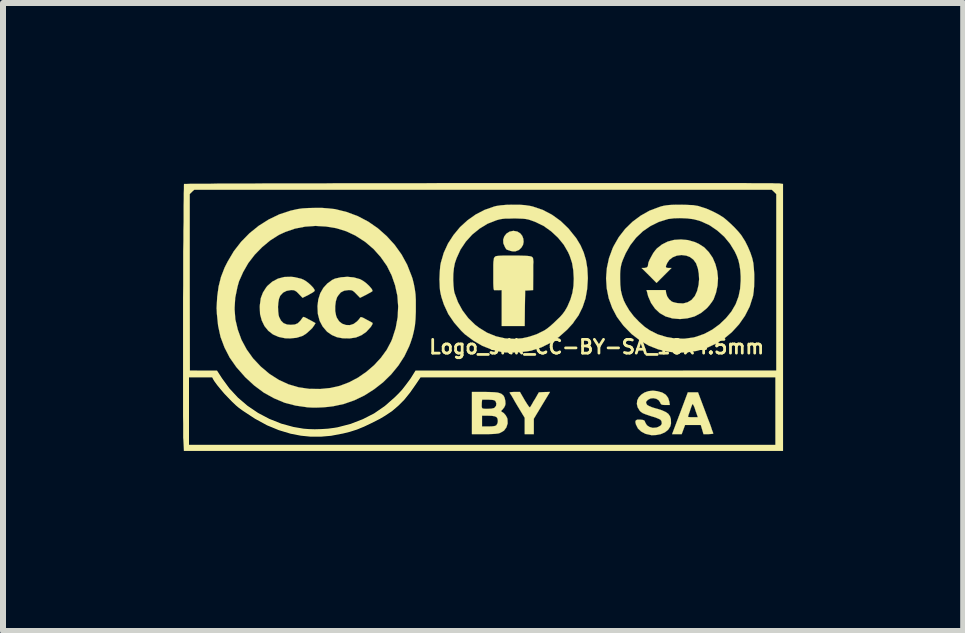
<source format=kicad_pcb>
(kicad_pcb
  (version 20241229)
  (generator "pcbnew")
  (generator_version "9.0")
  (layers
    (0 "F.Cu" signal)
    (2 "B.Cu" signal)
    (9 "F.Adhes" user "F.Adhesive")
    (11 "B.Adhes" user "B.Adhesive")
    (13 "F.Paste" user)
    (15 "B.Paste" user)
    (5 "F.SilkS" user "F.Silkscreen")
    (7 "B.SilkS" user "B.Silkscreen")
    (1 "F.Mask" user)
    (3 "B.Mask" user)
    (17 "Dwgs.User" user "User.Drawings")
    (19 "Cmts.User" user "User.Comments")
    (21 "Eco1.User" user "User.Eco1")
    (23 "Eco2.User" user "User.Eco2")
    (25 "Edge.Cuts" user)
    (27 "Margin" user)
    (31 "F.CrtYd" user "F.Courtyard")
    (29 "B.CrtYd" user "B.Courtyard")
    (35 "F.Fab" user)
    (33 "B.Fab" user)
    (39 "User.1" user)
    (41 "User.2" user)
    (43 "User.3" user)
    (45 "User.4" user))
  (footprint "Logo_silk_CC-BY-SA_10x4.5mm"
    (layer "F.Cu")
    (at 4.991 2.23)
    (property "Reference" "Logo_silk_CC-BY-SA_10x4.5mm" (at 1.9 0.5 0) (layer "F.SilkS") (effects (font (size 0.229 0.229) (thickness 0.046))))
    (attr through_hole)
    (fp_poly (pts (xy 0.683 -1.25) (xy 0.673 -1.199) (xy 0.645 -1.153) (xy 0.605 -1.115) (xy 0.546 -1.092) (xy 0.541 -1.092) (xy 0.505 -1.092) (xy 0.462 -1.1) (xy 0.452 -1.105) (xy 0.419 -1.115) (xy 0.401 -1.123) (xy 0.399 -1.123) (xy 0.391 -1.133) (xy 0.376 -1.156) (xy 0.371 -1.166) (xy 0.345 -1.227) (xy 0.343 -1.288) (xy 0.361 -1.341) (xy 0.396 -1.387) (xy 0.447 -1.42) (xy 0.508 -1.433) (xy 0.518 -1.433) (xy 0.579 -1.422) (xy 0.627 -1.392) (xy 0.66 -1.351) (xy 0.678 -1.303) (xy 0.683 -1.25)) (stroke (width 0.003) (type solid)) (fill yes) (layer "F.SilkS"))
    (fp_poly (pts (xy 1.123 1.25) (xy 0.988 1.473) (xy 0.853 1.697) (xy 0.853 1.824) (xy 0.853 1.953) (xy 0.777 1.953) (xy 0.701 1.953) (xy 0.701 1.819) (xy 0.701 1.681) (xy 0.577 1.476) (xy 0.538 1.41) (xy 0.505 1.351) (xy 0.478 1.306) (xy 0.457 1.275) (xy 0.45 1.26) (xy 0.46 1.255) (xy 0.488 1.252) (xy 0.528 1.25) (xy 0.533 1.25) (xy 0.622 1.25) (xy 0.701 1.387) (xy 0.739 1.448) (xy 0.765 1.486) (xy 0.782 1.506) (xy 0.792 1.504) (xy 0.803 1.486) (xy 0.823 1.453) (xy 0.848 1.407) (xy 0.871 1.372) (xy 0.937 1.257) (xy 1.029 1.252) (xy 1.123 1.25)) (stroke (width 0.003) (type solid)) (fill yes) (layer "F.SilkS"))
    (fp_poly (pts (xy 3.843 1.943) (xy 3.833 1.948) (xy 3.8 1.951) (xy 3.762 1.953) (xy 3.68 1.953) (xy 3.658 1.877) (xy 3.635 1.801) (xy 3.586 1.801) (xy 3.586 1.671) (xy 3.546 1.557) (xy 3.531 1.509) (xy 3.513 1.471) (xy 3.503 1.453) (xy 3.5 1.45) (xy 3.49 1.466) (xy 3.477 1.499) (xy 3.462 1.542) (xy 3.447 1.587) (xy 3.432 1.628) (xy 3.424 1.656) (xy 3.421 1.664) (xy 3.434 1.669) (xy 3.465 1.671) (xy 3.503 1.671) (xy 3.586 1.671) (xy 3.586 1.801) (xy 3.503 1.801) (xy 3.373 1.801) (xy 3.345 1.877) (xy 3.317 1.953) (xy 3.236 1.953) (xy 3.157 1.953) (xy 3.289 1.605) (xy 3.419 1.257) (xy 3.505 1.257) (xy 3.589 1.257) (xy 3.716 1.595) (xy 3.749 1.684) (xy 3.78 1.763) (xy 3.805 1.831) (xy 3.823 1.887) (xy 3.838 1.925) (xy 3.843 1.943)) (stroke (width 0.003) (type solid)) (fill yes) (layer "F.SilkS"))
    (fp_poly (pts (xy 0.846 -0.907) (xy 0.843 -0.866) (xy 0.843 -0.81) (xy 0.843 -0.742) (xy 0.843 -0.676) (xy 0.841 -0.447) (xy 0.775 -0.442) (xy 0.709 -0.439) (xy 0.704 -0.142) (xy 0.701 0.152) (xy 0.511 0.152) (xy 0.318 0.152) (xy 0.318 -0.147) (xy 0.318 -0.447) (xy 0.264 -0.445) (xy 0.226 -0.445) (xy 0.198 -0.445) (xy 0.193 -0.445) (xy 0.188 -0.452) (xy 0.183 -0.472) (xy 0.18 -0.508) (xy 0.178 -0.564) (xy 0.178 -0.64) (xy 0.178 -0.706) (xy 0.178 -0.795) (xy 0.178 -0.866) (xy 0.18 -0.917) (xy 0.185 -0.95) (xy 0.188 -0.975) (xy 0.196 -0.991) (xy 0.198 -0.993) (xy 0.206 -1.001) (xy 0.213 -1.008) (xy 0.229 -1.013) (xy 0.251 -1.016) (xy 0.284 -1.019) (xy 0.335 -1.021) (xy 0.404 -1.021) (xy 0.495 -1.021) (xy 0.511 -1.021) (xy 0.61 -1.021) (xy 0.688 -1.019) (xy 0.747 -1.016) (xy 0.79 -1.011) (xy 0.818 -1.003) (xy 0.833 -0.991) (xy 0.841 -0.973) (xy 0.843 -0.95) (xy 0.846 -0.925) (xy 0.846 -0.907)) (stroke (width 0.003) (type solid)) (fill yes) (layer "F.SilkS"))
    (fp_poly (pts (xy -2.784 0.104) (xy -2.807 0.142) (xy -2.84 0.188) (xy -2.891 0.236) (xy -2.944 0.282) (xy -2.997 0.315) (xy -3.01 0.32) (xy -3.101 0.348) (xy -3.208 0.358) (xy -3.289 0.356) (xy -3.399 0.333) (xy -3.493 0.292) (xy -3.571 0.231) (xy -3.635 0.152) (xy -3.68 0.058) (xy -3.708 -0.046) (xy -3.713 -0.168) (xy -3.711 -0.201) (xy -3.696 -0.312) (xy -3.66 -0.406) (xy -3.607 -0.49) (xy -3.586 -0.516) (xy -3.505 -0.587) (xy -3.409 -0.638) (xy -3.305 -0.665) (xy -3.19 -0.668) (xy -3.139 -0.663) (xy -3.081 -0.65) (xy -3.02 -0.635) (xy -2.979 -0.617) (xy -2.941 -0.594) (xy -2.898 -0.561) (xy -2.857 -0.523) (xy -2.824 -0.488) (xy -2.802 -0.455) (xy -2.797 -0.439) (xy -2.807 -0.424) (xy -2.835 -0.404) (xy -2.878 -0.381) (xy -2.898 -0.368) (xy -3 -0.318) (xy -3.061 -0.381) (xy -3.096 -0.417) (xy -3.122 -0.434) (xy -3.145 -0.445) (xy -3.178 -0.447) (xy -3.195 -0.447) (xy -3.266 -0.434) (xy -3.325 -0.404) (xy -3.373 -0.351) (xy -3.376 -0.343) (xy -3.393 -0.3) (xy -3.404 -0.236) (xy -3.409 -0.168) (xy -3.406 -0.094) (xy -3.399 -0.03) (xy -3.391 0) (xy -3.36 0.061) (xy -3.317 0.104) (xy -3.259 0.127) (xy -3.198 0.132) (xy -3.129 0.127) (xy -3.081 0.107) (xy -3.038 0.066) (xy -3.02 0.041) (xy -3 0.013) (xy -2.985 0) (xy -2.969 0.005) (xy -2.936 0.02) (xy -2.896 0.043) (xy -2.878 0.051) (xy -2.784 0.104)) (stroke (width 0.003) (type solid)) (fill yes) (layer "F.SilkS"))
    (fp_poly (pts (xy -1.834 0.102) (xy -1.834 0.117) (xy -1.849 0.145) (xy -1.864 0.168) (xy -1.938 0.249) (xy -2.019 0.305) (xy -2.111 0.343) (xy -2.215 0.358) (xy -2.332 0.356) (xy -2.428 0.338) (xy -2.512 0.302) (xy -2.588 0.249) (xy -2.601 0.236) (xy -2.667 0.157) (xy -2.715 0.066) (xy -2.743 -0.041) (xy -2.746 -0.061) (xy -2.751 -0.18) (xy -2.738 -0.29) (xy -2.705 -0.394) (xy -2.654 -0.483) (xy -2.588 -0.556) (xy -2.507 -0.615) (xy -2.459 -0.638) (xy -2.36 -0.66) (xy -2.253 -0.668) (xy -2.146 -0.658) (xy -2.047 -0.63) (xy -2.035 -0.625) (xy -1.989 -0.599) (xy -1.938 -0.561) (xy -1.892 -0.518) (xy -1.857 -0.478) (xy -1.844 -0.46) (xy -1.836 -0.442) (xy -1.836 -0.429) (xy -1.849 -0.419) (xy -1.875 -0.404) (xy -1.918 -0.381) (xy -1.935 -0.371) (xy -2.042 -0.318) (xy -2.103 -0.381) (xy -2.139 -0.417) (xy -2.162 -0.434) (xy -2.187 -0.445) (xy -2.22 -0.447) (xy -2.235 -0.447) (xy -2.306 -0.437) (xy -2.362 -0.409) (xy -2.405 -0.358) (xy -2.426 -0.325) (xy -2.446 -0.259) (xy -2.456 -0.18) (xy -2.456 -0.097) (xy -2.441 -0.02) (xy -2.428 0.015) (xy -2.39 0.074) (xy -2.339 0.114) (xy -2.278 0.135) (xy -2.212 0.137) (xy -2.149 0.117) (xy -2.093 0.076) (xy -2.065 0.046) (xy -2.045 0.02) (xy -2.04 0.01) (xy -2.032 0.005) (xy -2.014 0.005) (xy -1.984 0.018) (xy -1.938 0.043) (xy -1.895 0.066) (xy -1.857 0.086) (xy -1.836 0.099) (xy -1.834 0.102)) (stroke (width 0.003) (type solid)) (fill yes) (layer "F.SilkS"))
    (fp_poly (pts (xy 0.417 1.775) (xy 0.396 1.841) (xy 0.356 1.895) (xy 0.3 1.928) (xy 0.277 1.938) (xy 0.254 1.943) (xy 0.254 1.735) (xy 0.249 1.697) (xy 0.234 1.671) (xy 0.229 1.669) (xy 0.229 1.443) (xy 0.216 1.407) (xy 0.208 1.397) (xy 0.188 1.387) (xy 0.155 1.382) (xy 0.099 1.379) (xy 0.089 1.379) (xy -0.008 1.379) (xy -0.013 1.42) (xy -0.015 1.46) (xy -0.015 1.496) (xy -0.01 1.514) (xy -0.003 1.524) (xy 0.013 1.529) (xy 0.048 1.532) (xy 0.079 1.532) (xy 0.145 1.529) (xy 0.188 1.519) (xy 0.201 1.511) (xy 0.224 1.481) (xy 0.229 1.443) (xy 0.229 1.669) (xy 0.203 1.656) (xy 0.152 1.648) (xy 0.091 1.646) (xy -0.01 1.646) (xy -0.01 1.735) (xy -0.01 1.826) (xy 0.097 1.826) (xy 0.157 1.824) (xy 0.196 1.819) (xy 0.221 1.811) (xy 0.231 1.803) (xy 0.249 1.77) (xy 0.254 1.735) (xy 0.254 1.943) (xy 0.249 1.943) (xy 0.213 1.948) (xy 0.163 1.951) (xy 0.097 1.953) (xy 0.033 1.953) (xy -0.178 1.953) (xy -0.178 1.603) (xy -0.178 1.25) (xy 0.03 1.25) (xy 0.124 1.252) (xy 0.193 1.255) (xy 0.246 1.26) (xy 0.284 1.27) (xy 0.315 1.283) (xy 0.338 1.303) (xy 0.348 1.311) (xy 0.366 1.346) (xy 0.378 1.397) (xy 0.381 1.448) (xy 0.376 1.473) (xy 0.361 1.506) (xy 0.335 1.539) (xy 0.333 1.542) (xy 0.312 1.562) (xy 0.31 1.575) (xy 0.318 1.58) (xy 0.353 1.603) (xy 0.386 1.641) (xy 0.409 1.684) (xy 0.414 1.702) (xy 0.417 1.775)) (stroke (width 0.003) (type solid)) (fill yes) (layer "F.SilkS"))
    (fp_poly (pts (xy 3.139 1.775) (xy 3.127 1.824) (xy 3.099 1.869) (xy 3.089 1.882) (xy 3.038 1.923) (xy 2.969 1.953) (xy 2.891 1.968) (xy 2.812 1.971) (xy 2.802 1.968) (xy 2.713 1.948) (xy 2.642 1.91) (xy 2.588 1.859) (xy 2.555 1.793) (xy 2.553 1.786) (xy 2.545 1.748) (xy 2.553 1.725) (xy 2.576 1.712) (xy 2.619 1.712) (xy 2.629 1.712) (xy 2.67 1.717) (xy 2.692 1.725) (xy 2.703 1.74) (xy 2.71 1.76) (xy 2.738 1.806) (xy 2.781 1.834) (xy 2.835 1.849) (xy 2.896 1.844) (xy 2.931 1.831) (xy 2.969 1.808) (xy 2.985 1.781) (xy 2.982 1.745) (xy 2.974 1.727) (xy 2.957 1.709) (xy 2.924 1.694) (xy 2.875 1.674) (xy 2.807 1.654) (xy 2.769 1.641) (xy 2.71 1.621) (xy 2.667 1.603) (xy 2.637 1.582) (xy 2.619 1.565) (xy 2.583 1.506) (xy 2.57 1.45) (xy 2.576 1.392) (xy 2.601 1.341) (xy 2.644 1.295) (xy 2.697 1.26) (xy 2.764 1.237) (xy 2.837 1.229) (xy 2.908 1.237) (xy 2.992 1.26) (xy 3.053 1.298) (xy 3.091 1.349) (xy 3.111 1.412) (xy 3.111 1.415) (xy 3.119 1.468) (xy 3.045 1.468) (xy 3.005 1.466) (xy 2.982 1.46) (xy 2.969 1.45) (xy 2.959 1.427) (xy 2.934 1.389) (xy 2.893 1.364) (xy 2.845 1.354) (xy 2.797 1.359) (xy 2.753 1.382) (xy 2.751 1.384) (xy 2.725 1.412) (xy 2.723 1.433) (xy 2.736 1.458) (xy 2.741 1.466) (xy 2.769 1.483) (xy 2.822 1.506) (xy 2.898 1.529) (xy 2.903 1.529) (xy 2.99 1.557) (xy 3.051 1.585) (xy 3.094 1.615) (xy 3.122 1.656) (xy 3.137 1.704) (xy 3.137 1.714) (xy 3.139 1.775)) (stroke (width 0.003) (type solid)) (fill yes) (layer "F.SilkS"))
    (fp_poly (pts (xy 3.922 -0.645) (xy 3.914 -0.523) (xy 3.889 -0.404) (xy 3.848 -0.292) (xy 3.82 -0.249) (xy 3.782 -0.198) (xy 3.741 -0.15) (xy 3.736 -0.145) (xy 3.64 -0.066) (xy 3.531 -0.008) (xy 3.414 0.023) (xy 3.289 0.036) (xy 3.162 0.025) (xy 3.155 0.023) (xy 3.048 -0.008) (xy 2.951 -0.064) (xy 2.873 -0.137) (xy 2.807 -0.231) (xy 2.758 -0.343) (xy 2.741 -0.411) (xy 2.731 -0.447) (xy 2.891 -0.447) (xy 3.051 -0.447) (xy 3.058 -0.394) (xy 3.076 -0.34) (xy 3.109 -0.292) (xy 3.15 -0.257) (xy 3.155 -0.254) (xy 3.183 -0.244) (xy 3.223 -0.234) (xy 3.254 -0.229) (xy 3.34 -0.224) (xy 3.416 -0.244) (xy 3.482 -0.284) (xy 3.536 -0.348) (xy 3.574 -0.432) (xy 3.599 -0.536) (xy 3.607 -0.627) (xy 3.602 -0.721) (xy 3.586 -0.81) (xy 3.559 -0.886) (xy 3.556 -0.894) (xy 3.513 -0.953) (xy 3.454 -0.998) (xy 3.393 -1.021) (xy 3.315 -1.031) (xy 3.236 -1.021) (xy 3.167 -0.993) (xy 3.111 -0.95) (xy 3.078 -0.902) (xy 3.058 -0.859) (xy 3.053 -0.833) (xy 3.063 -0.82) (xy 3.089 -0.815) (xy 3.099 -0.815) (xy 3.147 -0.815) (xy 3.023 -0.691) (xy 2.898 -0.566) (xy 2.774 -0.691) (xy 2.649 -0.815) (xy 2.695 -0.815) (xy 2.733 -0.823) (xy 2.753 -0.843) (xy 2.758 -0.879) (xy 2.764 -0.909) (xy 2.784 -0.955) (xy 2.812 -1.008) (xy 2.842 -1.062) (xy 2.875 -1.107) (xy 2.903 -1.14) (xy 2.987 -1.206) (xy 3.084 -1.255) (xy 3.19 -1.283) (xy 3.305 -1.29) (xy 3.421 -1.28) (xy 3.536 -1.247) (xy 3.602 -1.217) (xy 3.693 -1.158) (xy 3.769 -1.079) (xy 3.833 -0.986) (xy 3.879 -0.879) (xy 3.909 -0.765) (xy 3.922 -0.645)) (stroke (width 0.003) (type solid)) (fill yes) (layer "F.SilkS"))
    (fp_poly (pts (xy -1.113 -0.175) (xy -1.113 -0.084) (xy -1.118 0.038) (xy -1.128 0.145) (xy -1.146 0.239) (xy -1.168 0.33) (xy -1.199 0.424) (xy -1.224 0.49) (xy -1.303 0.655) (xy -1.405 0.813) (xy -1.407 0.815) (xy -1.407 -0.175) (xy -1.42 -0.353) (xy -1.458 -0.526) (xy -1.516 -0.693) (xy -1.595 -0.851) (xy -1.697 -0.996) (xy -1.816 -1.13) (xy -1.956 -1.25) (xy -2.113 -1.351) (xy -2.121 -1.356) (xy -2.273 -1.427) (xy -2.438 -1.478) (xy -2.609 -1.506) (xy -2.784 -1.516) (xy -2.957 -1.504) (xy -3.127 -1.471) (xy -3.289 -1.415) (xy -3.393 -1.367) (xy -3.538 -1.275) (xy -3.673 -1.163) (xy -3.797 -1.036) (xy -3.904 -0.897) (xy -3.99 -0.747) (xy -4.059 -0.592) (xy -4.084 -0.503) (xy -4.122 -0.318) (xy -4.133 -0.137) (xy -4.12 0.041) (xy -4.079 0.213) (xy -4.018 0.381) (xy -3.932 0.541) (xy -3.825 0.691) (xy -3.696 0.828) (xy -3.551 0.95) (xy -3.396 1.049) (xy -3.236 1.123) (xy -3.066 1.173) (xy -2.888 1.199) (xy -2.703 1.201) (xy -2.535 1.184) (xy -2.377 1.148) (xy -2.225 1.09) (xy -2.075 1.011) (xy -1.935 0.914) (xy -1.808 0.805) (xy -1.694 0.681) (xy -1.598 0.549) (xy -1.524 0.409) (xy -1.506 0.366) (xy -1.448 0.185) (xy -1.415 0.003) (xy -1.407 -0.175) (xy -1.407 0.815) (xy -1.524 0.958) (xy -1.659 1.09) (xy -1.808 1.206) (xy -1.968 1.308) (xy -2.136 1.389) (xy -2.311 1.45) (xy -2.487 1.488) (xy -2.573 1.499) (xy -2.654 1.506) (xy -2.718 1.509) (xy -2.771 1.511) (xy -2.822 1.511) (xy -2.873 1.509) (xy -2.918 1.506) (xy -3.114 1.478) (xy -3.299 1.43) (xy -3.475 1.356) (xy -3.645 1.262) (xy -3.805 1.143) (xy -3.962 0.998) (xy -3.965 0.993) (xy -4.102 0.838) (xy -4.214 0.678) (xy -4.3 0.511) (xy -4.366 0.335) (xy -4.407 0.147) (xy -4.427 -0.048) (xy -4.432 -0.152) (xy -4.422 -0.335) (xy -4.399 -0.505) (xy -4.359 -0.665) (xy -4.298 -0.823) (xy -4.249 -0.919) (xy -4.145 -1.095) (xy -4.023 -1.252) (xy -3.884 -1.394) (xy -3.729 -1.519) (xy -3.564 -1.623) (xy -3.386 -1.709) (xy -3.2 -1.77) (xy -3.084 -1.796) (xy -3 -1.808) (xy -2.898 -1.814) (xy -2.786 -1.816) (xy -2.675 -1.816) (xy -2.57 -1.808) (xy -2.479 -1.798) (xy -2.459 -1.796) (xy -2.266 -1.748) (xy -2.08 -1.679) (xy -1.905 -1.587) (xy -1.745 -1.476) (xy -1.598 -1.346) (xy -1.466 -1.201) (xy -1.351 -1.041) (xy -1.257 -0.869) (xy -1.184 -0.683) (xy -1.168 -0.638) (xy -1.146 -0.549) (xy -1.13 -0.465) (xy -1.118 -0.378) (xy -1.113 -0.284) (xy -1.113 -0.175)) (stroke (width 0.003) (type solid)) (fill yes) (layer "F.SilkS"))
    (fp_poly (pts (xy 1.753 -0.638) (xy 1.742 -0.465) (xy 1.714 -0.307) (xy 1.666 -0.163) (xy 1.598 -0.025) (xy 1.519 0.084) (xy 1.519 -0.638) (xy 1.511 -0.775) (xy 1.491 -0.897) (xy 1.453 -1.013) (xy 1.425 -1.077) (xy 1.351 -1.204) (xy 1.255 -1.321) (xy 1.143 -1.425) (xy 1.019 -1.514) (xy 0.884 -1.58) (xy 0.803 -1.61) (xy 0.762 -1.623) (xy 0.721 -1.631) (xy 0.676 -1.636) (xy 0.622 -1.638) (xy 0.551 -1.641) (xy 0.516 -1.641) (xy 0.437 -1.638) (xy 0.376 -1.638) (xy 0.328 -1.633) (xy 0.287 -1.626) (xy 0.246 -1.615) (xy 0.229 -1.61) (xy 0.081 -1.552) (xy -0.051 -1.471) (xy -0.173 -1.372) (xy -0.279 -1.255) (xy -0.368 -1.123) (xy -0.434 -0.978) (xy -0.462 -0.897) (xy -0.478 -0.815) (xy -0.488 -0.719) (xy -0.49 -0.617) (xy -0.485 -0.518) (xy -0.475 -0.429) (xy -0.467 -0.396) (xy -0.411 -0.246) (xy -0.335 -0.107) (xy -0.239 0.02) (xy -0.124 0.132) (xy -0.056 0.183) (xy 0.076 0.264) (xy 0.221 0.323) (xy 0.373 0.358) (xy 0.531 0.366) (xy 0.66 0.356) (xy 0.777 0.33) (xy 0.897 0.29) (xy 1.008 0.236) (xy 1.036 0.221) (xy 1.077 0.193) (xy 1.128 0.152) (xy 1.184 0.102) (xy 1.237 0.051) (xy 1.295 -0.005) (xy 1.339 -0.056) (xy 1.372 -0.102) (xy 1.4 -0.15) (xy 1.415 -0.178) (xy 1.463 -0.29) (xy 1.496 -0.401) (xy 1.514 -0.516) (xy 1.519 -0.638) (xy 1.519 0.084) (xy 1.509 0.102) (xy 1.41 0.211) (xy 1.273 0.333) (xy 1.13 0.432) (xy 0.978 0.508) (xy 0.818 0.559) (xy 0.815 0.561) (xy 0.739 0.574) (xy 0.65 0.584) (xy 0.554 0.592) (xy 0.46 0.594) (xy 0.378 0.592) (xy 0.325 0.587) (xy 0.157 0.546) (xy -0.003 0.483) (xy -0.152 0.396) (xy -0.295 0.29) (xy -0.356 0.231) (xy -0.475 0.094) (xy -0.572 -0.048) (xy -0.645 -0.206) (xy -0.686 -0.33) (xy -0.699 -0.386) (xy -0.709 -0.439) (xy -0.714 -0.493) (xy -0.716 -0.556) (xy -0.719 -0.63) (xy -0.714 -0.749) (xy -0.706 -0.846) (xy -0.696 -0.902) (xy -0.648 -1.067) (xy -0.577 -1.222) (xy -0.485 -1.364) (xy -0.376 -1.496) (xy -0.251 -1.61) (xy -0.114 -1.707) (xy 0.033 -1.783) (xy 0.193 -1.839) (xy 0.224 -1.847) (xy 0.302 -1.859) (xy 0.399 -1.867) (xy 0.5 -1.869) (xy 0.607 -1.869) (xy 0.706 -1.862) (xy 0.792 -1.849) (xy 0.836 -1.839) (xy 1.001 -1.783) (xy 1.156 -1.702) (xy 1.3 -1.598) (xy 1.43 -1.473) (xy 1.544 -1.331) (xy 1.557 -1.316) (xy 1.631 -1.194) (xy 1.684 -1.074) (xy 1.722 -0.947) (xy 1.745 -0.808) (xy 1.753 -0.653) (xy 1.753 -0.638)) (stroke (width 0.003) (type solid)) (fill yes) (layer "F.SilkS"))
    (fp_poly (pts (xy 4.526 -0.61) (xy 4.524 -0.511) (xy 4.516 -0.422) (xy 4.506 -0.351) (xy 4.503 -0.34) (xy 4.45 -0.173) (xy 4.371 -0.018) (xy 4.3 0.084) (xy 4.3 -0.599) (xy 4.3 -0.676) (xy 4.293 -0.78) (xy 4.28 -0.866) (xy 4.262 -0.945) (xy 4.232 -1.024) (xy 4.201 -1.09) (xy 4.122 -1.219) (xy 4.026 -1.336) (xy 3.909 -1.44) (xy 3.782 -1.527) (xy 3.645 -1.59) (xy 3.602 -1.605) (xy 3.513 -1.628) (xy 3.409 -1.641) (xy 3.297 -1.646) (xy 3.188 -1.643) (xy 3.091 -1.631) (xy 3.081 -1.628) (xy 2.934 -1.582) (xy 2.797 -1.514) (xy 2.67 -1.427) (xy 2.558 -1.321) (xy 2.461 -1.196) (xy 2.383 -1.059) (xy 2.334 -0.945) (xy 2.316 -0.894) (xy 2.306 -0.851) (xy 2.299 -0.813) (xy 2.294 -0.77) (xy 2.291 -0.714) (xy 2.291 -0.643) (xy 2.294 -0.533) (xy 2.304 -0.439) (xy 2.324 -0.356) (xy 2.352 -0.274) (xy 2.383 -0.211) (xy 2.443 -0.109) (xy 2.52 -0.008) (xy 2.609 0.084) (xy 2.703 0.168) (xy 2.789 0.226) (xy 2.921 0.292) (xy 3.063 0.335) (xy 3.213 0.361) (xy 3.365 0.363) (xy 3.513 0.343) (xy 3.561 0.33) (xy 3.696 0.282) (xy 3.828 0.211) (xy 3.947 0.124) (xy 4.056 0.02) (xy 4.145 -0.089) (xy 4.214 -0.208) (xy 4.221 -0.224) (xy 4.265 -0.343) (xy 4.29 -0.465) (xy 4.3 -0.599) (xy 4.3 0.084) (xy 4.272 0.124) (xy 4.153 0.254) (xy 4.044 0.345) (xy 3.894 0.442) (xy 3.736 0.516) (xy 3.569 0.566) (xy 3.396 0.592) (xy 3.218 0.594) (xy 3.089 0.579) (xy 2.926 0.541) (xy 2.771 0.48) (xy 2.624 0.394) (xy 2.484 0.287) (xy 2.36 0.16) (xy 2.342 0.14) (xy 2.238 0) (xy 2.159 -0.15) (xy 2.101 -0.31) (xy 2.068 -0.475) (xy 2.057 -0.643) (xy 2.07 -0.813) (xy 2.106 -0.98) (xy 2.167 -1.146) (xy 2.184 -1.181) (xy 2.268 -1.328) (xy 2.375 -1.466) (xy 2.497 -1.585) (xy 2.634 -1.687) (xy 2.781 -1.77) (xy 2.939 -1.829) (xy 2.974 -1.841) (xy 3.02 -1.852) (xy 3.063 -1.859) (xy 3.109 -1.864) (xy 3.165 -1.867) (xy 3.236 -1.869) (xy 3.299 -1.869) (xy 3.388 -1.867) (xy 3.454 -1.864) (xy 3.508 -1.862) (xy 3.553 -1.854) (xy 3.597 -1.847) (xy 3.619 -1.839) (xy 3.724 -1.806) (xy 3.833 -1.758) (xy 3.937 -1.704) (xy 4.016 -1.654) (xy 4.069 -1.61) (xy 4.133 -1.552) (xy 4.199 -1.488) (xy 4.26 -1.422) (xy 4.308 -1.364) (xy 4.326 -1.336) (xy 4.374 -1.26) (xy 4.42 -1.168) (xy 4.46 -1.074) (xy 4.491 -0.983) (xy 4.496 -0.963) (xy 4.511 -0.894) (xy 4.519 -0.808) (xy 4.526 -0.711) (xy 4.526 -0.61)) (stroke (width 0.003) (type solid)) (fill yes) (layer "F.SilkS"))
    (fp_poly (pts (xy 5.006 2.233) (xy 4.892 2.233) (xy 4.892 0.892) (xy 4.892 -0.574) (xy 4.892 -2.045) (xy 4.854 -2.083) (xy 4.816 -2.118) (xy 0.005 -2.118) (xy -4.803 -2.118) (xy -4.841 -2.083) (xy -4.879 -2.045) (xy -4.879 -0.574) (xy -4.877 0.892) (xy -4.651 0.894) (xy -4.425 0.894) (xy -4.341 1.024) (xy -4.219 1.191) (xy -4.077 1.344) (xy -3.917 1.481) (xy -3.741 1.6) (xy -3.553 1.699) (xy -3.355 1.778) (xy -3.15 1.834) (xy -2.985 1.862) (xy -2.898 1.869) (xy -2.797 1.872) (xy -2.685 1.869) (xy -2.576 1.862) (xy -2.477 1.849) (xy -2.416 1.839) (xy -2.2 1.783) (xy -1.996 1.704) (xy -1.808 1.608) (xy -1.631 1.486) (xy -1.466 1.341) (xy -1.397 1.273) (xy -1.341 1.212) (xy -1.285 1.14) (xy -1.232 1.069) (xy -1.199 1.024) (xy -1.118 0.894) (xy 1.885 0.894) (xy 4.892 0.892) (xy 4.892 2.233) (xy 4.877 2.233) (xy 4.877 2.131) (xy 4.877 1.57) (xy 4.877 1.008) (xy 1.92 1.008) (xy -1.034 1.008) (xy -1.113 1.125) (xy -1.209 1.262) (xy -1.306 1.382) (xy -1.405 1.481) (xy -1.509 1.57) (xy -1.626 1.648) (xy -1.712 1.699) (xy -1.852 1.77) (xy -1.976 1.829) (xy -2.093 1.877) (xy -2.212 1.915) (xy -2.337 1.946) (xy -2.342 1.946) (xy -2.525 1.981) (xy -2.697 1.996) (xy -2.863 1.996) (xy -3.03 1.979) (xy -3.2 1.946) (xy -3.396 1.887) (xy -3.592 1.806) (xy -3.792 1.697) (xy -3.993 1.565) (xy -4.061 1.516) (xy -4.112 1.473) (xy -4.173 1.415) (xy -4.237 1.349) (xy -4.303 1.28) (xy -4.366 1.206) (xy -4.42 1.14) (xy -4.463 1.082) (xy -4.486 1.046) (xy -4.506 1.008) (xy -4.699 1.008) (xy -4.892 1.008) (xy -4.892 1.57) (xy -4.892 2.131) (xy -0.005 2.131) (xy 4.877 2.131) (xy 4.877 2.233) (xy 0.013 2.233) (xy -4.978 2.233) (xy -4.986 2.052) (xy -4.989 2.014) (xy -4.989 1.956) (xy -4.989 1.875) (xy -4.989 1.775) (xy -4.991 1.659) (xy -4.991 1.527) (xy -4.991 1.379) (xy -4.991 1.219) (xy -4.991 1.049) (xy -4.991 0.869) (xy -4.991 0.681) (xy -4.991 0.488) (xy -4.991 0.29) (xy -4.991 0.089) (xy -4.991 -0.112) (xy -4.991 -0.315) (xy -4.989 -0.516) (xy -4.989 -0.711) (xy -4.989 -0.904) (xy -4.989 -1.09) (xy -4.986 -1.265) (xy -4.986 -1.433) (xy -4.983 -1.587) (xy -4.983 -1.73) (xy -4.983 -1.857) (xy -4.981 -1.966) (xy -4.981 -2.06) (xy -4.978 -2.131) (xy -4.978 -2.184) (xy -4.976 -2.212) (xy -4.976 -2.217) (xy -4.963 -2.217) (xy -4.925 -2.217) (xy -4.864 -2.22) (xy -4.78 -2.22) (xy -4.676 -2.22) (xy -4.549 -2.22) (xy -4.407 -2.223) (xy -4.244 -2.223) (xy -4.064 -2.223) (xy -3.868 -2.223) (xy -3.658 -2.225) (xy -3.434 -2.225) (xy -3.195 -2.225) (xy -2.946 -2.225) (xy -2.687 -2.225) (xy -2.418 -2.228) (xy -2.141 -2.228) (xy -1.854 -2.228) (xy -1.565 -2.228) (xy -1.267 -2.228) (xy -0.965 -2.228) (xy -0.66 -2.23) (xy -0.353 -2.23) (xy -0.043 -2.23) (xy 0.262 -2.23) (xy 0.569 -2.23) (xy 0.874 -2.23) (xy 1.176 -2.23) (xy 1.476 -2.23) (xy 1.768 -2.23) (xy 2.055 -2.23) (xy 2.334 -2.23) (xy 2.606 -2.23) (xy 2.868 -2.23) (xy 3.119 -2.23) (xy 3.358 -2.23) (xy 3.584 -2.23) (xy 3.797 -2.23) (xy 3.995 -2.23) (xy 4.178 -2.23) (xy 4.346 -2.23) (xy 4.493 -2.228) (xy 4.623 -2.228) (xy 4.729 -2.228) (xy 4.818 -2.228) (xy 4.884 -2.225) (xy 4.928 -2.225) (xy 4.945 -2.225) (xy 5.006 -2.217) (xy 5.006 0.008) (xy 5.006 2.233)) (stroke (width 0.0002) (type solid)) (fill yes) (layer "F.SilkS")))
  (gr_rect
    (start -3 -3)
    (end 12.998 7.463)
    (stroke (width 0.1) (type default))
    (fill no)
    (layer "Edge.Cuts")))
</source>
